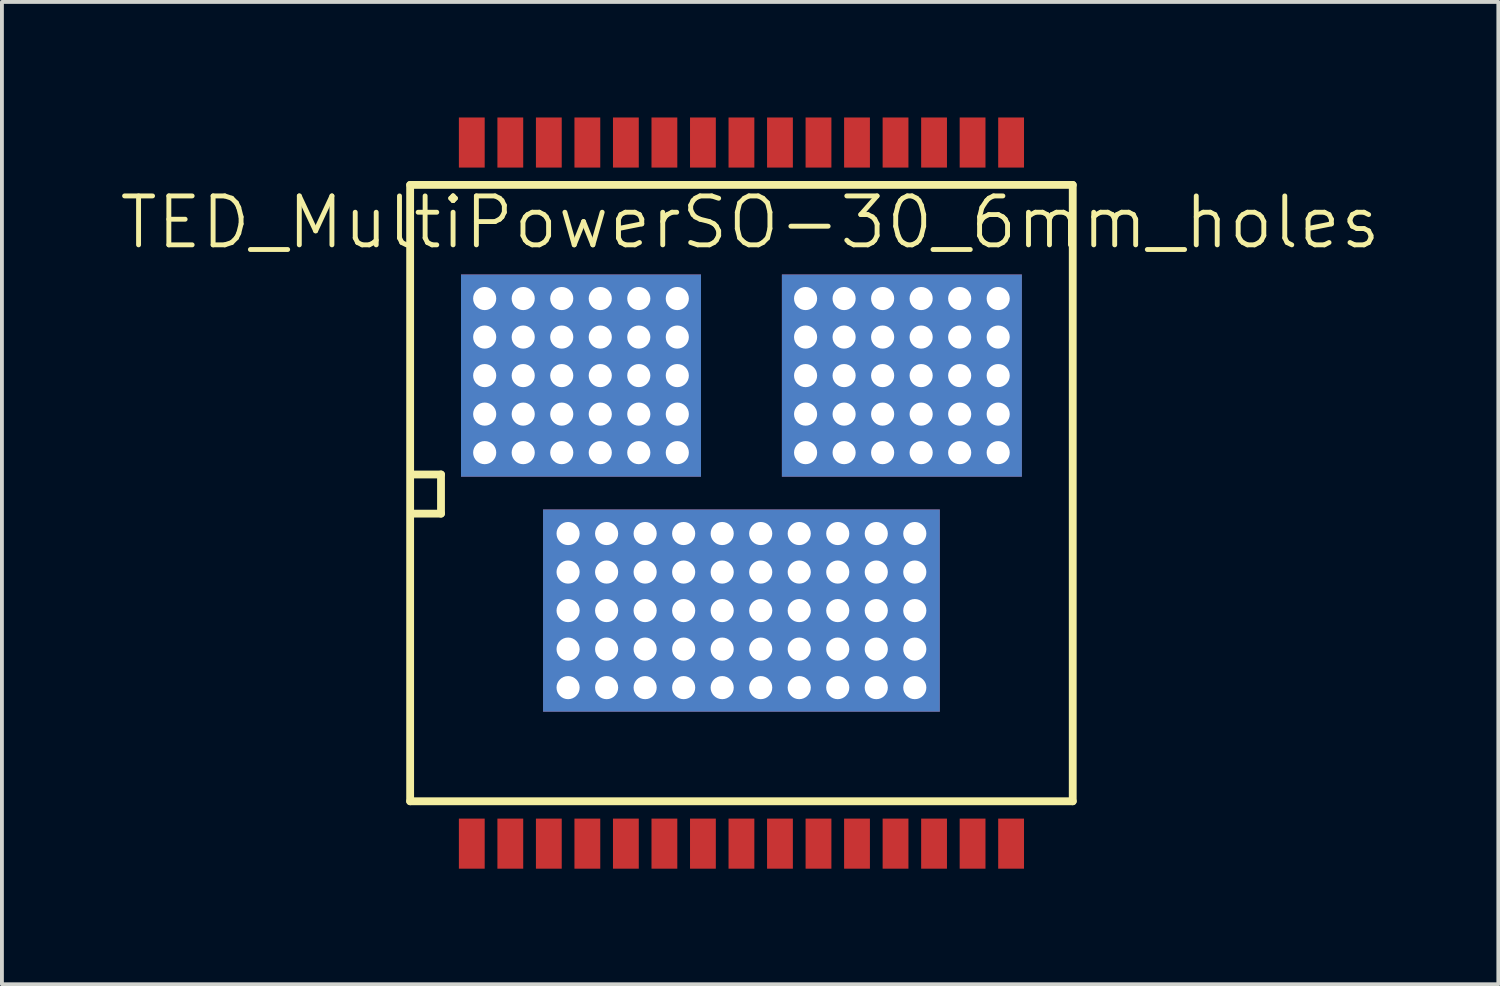
<source format=kicad_pcb>
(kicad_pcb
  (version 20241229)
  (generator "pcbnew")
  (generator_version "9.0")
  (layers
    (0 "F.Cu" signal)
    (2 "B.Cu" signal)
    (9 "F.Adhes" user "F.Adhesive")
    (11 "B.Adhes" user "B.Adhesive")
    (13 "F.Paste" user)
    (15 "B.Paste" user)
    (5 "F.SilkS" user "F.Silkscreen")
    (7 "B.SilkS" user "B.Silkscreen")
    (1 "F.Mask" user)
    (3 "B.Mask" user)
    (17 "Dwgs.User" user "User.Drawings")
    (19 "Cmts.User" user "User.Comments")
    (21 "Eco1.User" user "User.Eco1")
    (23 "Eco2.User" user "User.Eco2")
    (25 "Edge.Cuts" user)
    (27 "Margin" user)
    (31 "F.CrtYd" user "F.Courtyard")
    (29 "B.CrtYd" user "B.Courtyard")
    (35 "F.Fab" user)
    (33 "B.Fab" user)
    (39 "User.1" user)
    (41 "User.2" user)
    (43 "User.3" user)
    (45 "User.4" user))
  (footprint "TED_MultiPowerSO-30_6mm_holes"
    (layer "F.Cu")
    (at 16.197 9.75)
    (property "Reference" "TED_MultiPowerSO-30_6mm_holes" (at 0.225 -7.025 0) (layer "F.SilkS") (effects (font (size 1.27 1.27) (thickness 0.127))))
    (attr smd)
    (fp_line (start -8.6 -8) (end 8.6 -8) (stroke (width 0.203) (type solid)) (layer "F.SilkS"))
    (fp_line (start -8.6 8) (end -8.6 -8) (stroke (width 0.203) (type solid)) (layer "F.SilkS"))
    (fp_line (start -8.561 -0.483) (end -7.799 -0.483) (stroke (width 0.203) (type solid)) (layer "F.SilkS"))
    (fp_line (start -7.799 -0.483) (end -7.799 0.533) (stroke (width 0.203) (type solid)) (layer "F.SilkS"))
    (fp_line (start -7.799 0.533) (end -8.561 0.533) (stroke (width 0.203) (type solid)) (layer "F.SilkS"))
    (fp_line (start 8.6 -8) (end 8.6 8) (stroke (width 0.203) (type solid)) (layer "F.SilkS"))
    (fp_line (start 8.6 8) (end -8.6 8) (stroke (width 0.203) (type solid)) (layer "F.SilkS"))
    (pad "1" smd rect (at -7 9.1) (size 0.67 1.3) (layers "F.Cu" "F.Mask" "F.Paste"))
    (pad "2" smd rect (at -6 9.1) (size 0.67 1.3) (layers "F.Cu" "F.Mask" "F.Paste"))
    (pad "3" smd rect (at -5 9.1) (size 0.67 1.3) (layers "F.Cu" "F.Mask" "F.Paste"))
    (pad "4" smd rect (at -4 9.1) (size 0.67 1.3) (layers "F.Cu" "F.Mask" "F.Paste"))
    (pad "5" smd rect (at -3 9.1) (size 0.67 1.3) (layers "F.Cu" "F.Mask" "F.Paste"))
    (pad "6" smd rect (at -2 9.1) (size 0.67 1.3) (layers "F.Cu" "F.Mask" "F.Paste"))
    (pad "7" smd rect (at -1 9.1) (size 0.67 1.3) (layers "F.Cu" "F.Mask" "F.Paste"))
    (pad "8" smd rect (at 0 9.1) (size 0.67 1.3) (layers "F.Cu" "F.Mask" "F.Paste"))
    (pad "9" smd rect (at 1 9.1) (size 0.67 1.3) (layers "F.Cu" "F.Mask" "F.Paste"))
    (pad "10" smd rect (at 2 9.1) (size 0.67 1.3) (layers "F.Cu" "F.Mask" "F.Paste"))
    (pad "11" smd rect (at 3 9.1) (size 0.67 1.3) (layers "F.Cu" "F.Mask" "F.Paste"))
    (pad "12" smd rect (at 4 9.1) (size 0.67 1.3) (layers "F.Cu" "F.Mask" "F.Paste"))
    (pad "13" smd rect (at 5 9.1) (size 0.67 1.3) (layers "F.Cu" "F.Mask" "F.Paste"))
    (pad "14" smd rect (at 6 9.1) (size 0.67 1.3) (layers "F.Cu" "F.Mask" "F.Paste"))
    (pad "15" smd rect (at 7 9.1) (size 0.67 1.3) (layers "F.Cu" "F.Mask" "F.Paste"))
    (pad "16" smd rect (at 7 -9.1) (size 0.67 1.3) (layers "F.Cu" "F.Mask" "F.Paste"))
    (pad "17" smd rect (at 6 -9.1) (size 0.67 1.3) (layers "F.Cu" "F.Mask" "F.Paste"))
    (pad "18" smd rect (at 5 -9.1) (size 0.67 1.3) (layers "F.Cu" "F.Mask" "F.Paste"))
    (pad "19" smd rect (at 4 -9.1) (size 0.67 1.3) (layers "F.Cu" "F.Mask" "F.Paste"))
    (pad "20" smd rect (at 3 -9.1) (size 0.67 1.3) (layers "F.Cu" "F.Mask" "F.Paste"))
    (pad "21" smd rect (at 2 -9.1) (size 0.67 1.3) (layers "F.Cu" "F.Mask" "F.Paste"))
    (pad "22" smd rect (at 1 -9.1) (size 0.67 1.3) (layers "F.Cu" "F.Mask" "F.Paste"))
    (pad "23" smd rect (at 0 -9.1) (size 0.67 1.3) (layers "F.Cu" "F.Mask" "F.Paste"))
    (pad "24" smd rect (at -1 -9.1) (size 0.67 1.3) (layers "F.Cu" "F.Mask" "F.Paste"))
    (pad "25" smd rect (at -2 -9.1) (size 0.67 1.3) (layers "F.Cu" "F.Mask" "F.Paste"))
    (pad "26" smd rect (at -3 -9.1) (size 0.67 1.3) (layers "F.Cu" "F.Mask" "F.Paste"))
    (pad "27" smd rect (at -4 -9.1) (size 0.67 1.3) (layers "F.Cu" "F.Mask" "F.Paste"))
    (pad "28" smd rect (at -5 -9.1) (size 0.67 1.3) (layers "F.Cu" "F.Mask" "F.Paste"))
    (pad "29" smd rect (at -6 -9.1) (size 0.67 1.3) (layers "F.Cu" "F.Mask" "F.Paste"))
    (pad "30" smd rect (at -7 -9.1) (size 0.67 1.3) (layers "F.Cu" "F.Mask" "F.Paste"))
    (pad "31" thru_hole circle (at -4.5 1.05) (size 0.6 0.6) (drill 0.6) (layers "*.Cu"))
    (pad "31" thru_hole circle (at -4.5 2.05) (size 0.6 0.6) (drill 0.6) (layers "*.Cu"))
    (pad "31" thru_hole circle (at -4.5 3.05) (size 0.6 0.6) (drill 0.6) (layers "*.Cu"))
    (pad "31" thru_hole circle (at -4.5 4.05) (size 0.6 0.6) (drill 0.6) (layers "*.Cu"))
    (pad "31" thru_hole circle (at -4.5 5.05) (size 0.6 0.6) (drill 0.6) (layers "*.Cu"))
    (pad "31" thru_hole circle (at -3.5 1.05) (size 0.6 0.6) (drill 0.6) (layers "*.Cu"))
    (pad "31" thru_hole circle (at -3.5 2.05) (size 0.6 0.6) (drill 0.6) (layers "*.Cu"))
    (pad "31" thru_hole circle (at -3.5 3.05) (size 0.6 0.6) (drill 0.6) (layers "*.Cu"))
    (pad "31" thru_hole circle (at -3.5 4.05) (size 0.6 0.6) (drill 0.6) (layers "*.Cu"))
    (pad "31" thru_hole circle (at -3.5 5.05) (size 0.6 0.6) (drill 0.6) (layers "*.Cu"))
    (pad "31" thru_hole circle (at -2.5 1.05) (size 0.6 0.6) (drill 0.6) (layers "*.Cu"))
    (pad "31" thru_hole circle (at -2.5 2.05) (size 0.6 0.6) (drill 0.6) (layers "*.Cu"))
    (pad "31" thru_hole circle (at -2.5 3.05) (size 0.6 0.6) (drill 0.6) (layers "*.Cu"))
    (pad "31" thru_hole circle (at -2.5 4.05) (size 0.6 0.6) (drill 0.6) (layers "*.Cu"))
    (pad "31" thru_hole circle (at -2.5 5.05) (size 0.6 0.6) (drill 0.6) (layers "*.Cu"))
    (pad "31" thru_hole circle (at -1.5 1.05) (size 0.6 0.6) (drill 0.6) (layers "*.Cu"))
    (pad "31" thru_hole circle (at -1.5 2.05) (size 0.6 0.6) (drill 0.6) (layers "*.Cu"))
    (pad "31" thru_hole circle (at -1.5 3.05) (size 0.6 0.6) (drill 0.6) (layers "*.Cu"))
    (pad "31" thru_hole circle (at -1.5 4.05) (size 0.6 0.6) (drill 0.6) (layers "*.Cu"))
    (pad "31" thru_hole circle (at -1.5 5.05) (size 0.6 0.6) (drill 0.6) (layers "*.Cu"))
    (pad "31" thru_hole circle (at -0.5 1.05) (size 0.6 0.6) (drill 0.6) (layers "*.Cu"))
    (pad "31" thru_hole circle (at -0.5 2.05) (size 0.6 0.6) (drill 0.6) (layers "*.Cu"))
    (pad "31" thru_hole circle (at -0.5 3.05) (size 0.6 0.6) (drill 0.6) (layers "*.Cu"))
    (pad "31" thru_hole circle (at -0.5 4.05) (size 0.6 0.6) (drill 0.6) (layers "*.Cu"))
    (pad "31" thru_hole circle (at -0.5 5.05) (size 0.6 0.6) (drill 0.6) (layers "*.Cu"))
    (pad "31" smd rect (at 0 3.05) (size 10.3 5.25) (layers "F.Cu" "F.Mask" "F.Paste"))
    (pad "31" smd rect (at 0 3.05) (size 10.3 5.25) (layers "F.Mask" "B.Cu" "F.Paste"))
    (pad "31" thru_hole circle (at 0.5 1.05) (size 0.6 0.6) (drill 0.6) (layers "*.Cu"))
    (pad "31" thru_hole circle (at 0.5 2.05) (size 0.6 0.6) (drill 0.6) (layers "*.Cu"))
    (pad "31" thru_hole circle (at 0.5 3.05) (size 0.6 0.6) (drill 0.6) (layers "*.Cu"))
    (pad "31" thru_hole circle (at 0.5 4.05) (size 0.6 0.6) (drill 0.6) (layers "*.Cu"))
    (pad "31" thru_hole circle (at 0.5 5.05) (size 0.6 0.6) (drill 0.6) (layers "*.Cu"))
    (pad "31" thru_hole circle (at 1.5 1.05) (size 0.6 0.6) (drill 0.6) (layers "*.Cu"))
    (pad "31" thru_hole circle (at 1.5 2.05) (size 0.6 0.6) (drill 0.6) (layers "*.Cu"))
    (pad "31" thru_hole circle (at 1.5 3.05) (size 0.6 0.6) (drill 0.6) (layers "*.Cu"))
    (pad "31" thru_hole circle (at 1.5 4.05) (size 0.6 0.6) (drill 0.6) (layers "*.Cu"))
    (pad "31" thru_hole circle (at 1.5 5.05) (size 0.6 0.6) (drill 0.6) (layers "*.Cu"))
    (pad "31" thru_hole circle (at 2.5 1.05) (size 0.6 0.6) (drill 0.6) (layers "*.Cu"))
    (pad "31" thru_hole circle (at 2.5 2.05) (size 0.6 0.6) (drill 0.6) (layers "*.Cu"))
    (pad "31" thru_hole circle (at 2.5 3.05) (size 0.6 0.6) (drill 0.6) (layers "*.Cu"))
    (pad "31" thru_hole circle (at 2.5 4.05) (size 0.6 0.6) (drill 0.6) (layers "*.Cu"))
    (pad "31" thru_hole circle (at 2.5 5.05) (size 0.6 0.6) (drill 0.6) (layers "*.Cu"))
    (pad "31" thru_hole circle (at 3.5 1.05) (size 0.6 0.6) (drill 0.6) (layers "*.Cu"))
    (pad "31" thru_hole circle (at 3.5 2.05) (size 0.6 0.6) (drill 0.6) (layers "*.Cu"))
    (pad "31" thru_hole circle (at 3.5 3.05) (size 0.6 0.6) (drill 0.6) (layers "*.Cu"))
    (pad "31" thru_hole circle (at 3.5 4.05) (size 0.6 0.6) (drill 0.6) (layers "*.Cu"))
    (pad "31" thru_hole circle (at 3.5 5.05) (size 0.6 0.6) (drill 0.6) (layers "*.Cu"))
    (pad "31" thru_hole circle (at 4.5 1.05) (size 0.6 0.6) (drill 0.6) (layers "*.Cu"))
    (pad "31" thru_hole circle (at 4.5 2.05) (size 0.6 0.6) (drill 0.6) (layers "*.Cu"))
    (pad "31" thru_hole circle (at 4.5 3.05) (size 0.6 0.6) (drill 0.6) (layers "*.Cu"))
    (pad "31" thru_hole circle (at 4.5 4.05) (size 0.6 0.6) (drill 0.6) (layers "*.Cu"))
    (pad "31" thru_hole circle (at 4.5 5.05) (size 0.6 0.6) (drill 0.6) (layers "*.Cu"))
    (pad "32" thru_hole circle (at 1.665 -5.05) (size 0.6 0.6) (drill 0.6) (layers "*.Cu"))
    (pad "32" thru_hole circle (at 1.665 -4.05) (size 0.6 0.6) (drill 0.6) (layers "*.Cu"))
    (pad "32" thru_hole circle (at 1.665 -3.05) (size 0.6 0.6) (drill 0.6) (layers "*.Cu"))
    (pad "32" thru_hole circle (at 1.665 -2.05) (size 0.6 0.6) (drill 0.6) (layers "*.Cu"))
    (pad "32" thru_hole circle (at 1.665 -1.05) (size 0.6 0.6) (drill 0.6) (layers "*.Cu"))
    (pad "32" thru_hole circle (at 2.665 -5.05) (size 0.6 0.6) (drill 0.6) (layers "*.Cu"))
    (pad "32" thru_hole circle (at 2.665 -4.05) (size 0.6 0.6) (drill 0.6) (layers "*.Cu"))
    (pad "32" thru_hole circle (at 2.665 -3.05) (size 0.6 0.6) (drill 0.6) (layers "*.Cu"))
    (pad "32" thru_hole circle (at 2.665 -2.05) (size 0.6 0.6) (drill 0.6) (layers "*.Cu"))
    (pad "32" thru_hole circle (at 2.665 -1.05) (size 0.6 0.6) (drill 0.6) (layers "*.Cu"))
    (pad "32" thru_hole circle (at 3.665 -5.05) (size 0.6 0.6) (drill 0.6) (layers "*.Cu"))
    (pad "32" thru_hole circle (at 3.665 -4.05) (size 0.6 0.6) (drill 0.6) (layers "*.Cu"))
    (pad "32" thru_hole circle (at 3.665 -3.05) (size 0.6 0.6) (drill 0.6) (layers "*.Cu"))
    (pad "32" thru_hole circle (at 3.665 -2.05) (size 0.6 0.6) (drill 0.6) (layers "*.Cu"))
    (pad "32" thru_hole circle (at 3.665 -1.05) (size 0.6 0.6) (drill 0.6) (layers "*.Cu"))
    (pad "32" smd rect (at 4.165 -3.05) (size 6.23 5.25) (layers "F.Cu" "F.Mask" "F.Paste"))
    (pad "32" smd rect (at 4.165 -3.05) (size 6.23 5.25) (layers "F.Mask" "B.Cu" "F.Paste"))
    (pad "32" thru_hole circle (at 4.665 -5.05) (size 0.6 0.6) (drill 0.6) (layers "*.Cu"))
    (pad "32" thru_hole circle (at 4.665 -4.05) (size 0.6 0.6) (drill 0.6) (layers "*.Cu"))
    (pad "32" thru_hole circle (at 4.665 -3.05) (size 0.6 0.6) (drill 0.6) (layers "*.Cu"))
    (pad "32" thru_hole circle (at 4.665 -2.05) (size 0.6 0.6) (drill 0.6) (layers "*.Cu"))
    (pad "32" thru_hole circle (at 4.665 -1.05) (size 0.6 0.6) (drill 0.6) (layers "*.Cu"))
    (pad "32" thru_hole circle (at 5.665 -5.05) (size 0.6 0.6) (drill 0.6) (layers "*.Cu"))
    (pad "32" thru_hole circle (at 5.665 -4.05) (size 0.6 0.6) (drill 0.6) (layers "*.Cu"))
    (pad "32" thru_hole circle (at 5.665 -3.05) (size 0.6 0.6) (drill 0.6) (layers "*.Cu"))
    (pad "32" thru_hole circle (at 5.665 -2.05) (size 0.6 0.6) (drill 0.6) (layers "*.Cu"))
    (pad "32" thru_hole circle (at 5.665 -1.05) (size 0.6 0.6) (drill 0.6) (layers "*.Cu"))
    (pad "32" thru_hole circle (at 6.665 -5.05) (size 0.6 0.6) (drill 0.6) (layers "*.Cu"))
    (pad "32" thru_hole circle (at 6.665 -4.05) (size 0.6 0.6) (drill 0.6) (layers "*.Cu"))
    (pad "32" thru_hole circle (at 6.665 -3.05) (size 0.6 0.6) (drill 0.6) (layers "*.Cu"))
    (pad "32" thru_hole circle (at 6.665 -2.05) (size 0.6 0.6) (drill 0.6) (layers "*.Cu"))
    (pad "32" thru_hole circle (at 6.665 -1.05) (size 0.6 0.6) (drill 0.6) (layers "*.Cu"))
    (pad "33" thru_hole circle (at -6.665 -5.05) (size 0.6 0.6) (drill 0.6) (layers "*.Cu"))
    (pad "33" thru_hole circle (at -6.665 -4.05) (size 0.6 0.6) (drill 0.6) (layers "*.Cu"))
    (pad "33" thru_hole circle (at -6.665 -3.05) (size 0.6 0.6) (drill 0.6) (layers "*.Cu"))
    (pad "33" thru_hole circle (at -6.665 -2.05) (size 0.6 0.6) (drill 0.6) (layers "*.Cu"))
    (pad "33" thru_hole circle (at -6.665 -1.05) (size 0.6 0.6) (drill 0.6) (layers "*.Cu"))
    (pad "33" thru_hole circle (at -5.665 -5.05) (size 0.6 0.6) (drill 0.6) (layers "*.Cu"))
    (pad "33" thru_hole circle (at -5.665 -4.05) (size 0.6 0.6) (drill 0.6) (layers "*.Cu"))
    (pad "33" thru_hole circle (at -5.665 -3.05) (size 0.6 0.6) (drill 0.6) (layers "*.Cu"))
    (pad "33" thru_hole circle (at -5.665 -2.05) (size 0.6 0.6) (drill 0.6) (layers "*.Cu"))
    (pad "33" thru_hole circle (at -5.665 -1.05) (size 0.6 0.6) (drill 0.6) (layers "*.Cu"))
    (pad "33" thru_hole circle (at -4.665 -5.05) (size 0.6 0.6) (drill 0.6) (layers "*.Cu"))
    (pad "33" thru_hole circle (at -4.665 -4.05) (size 0.6 0.6) (drill 0.6) (layers "*.Cu"))
    (pad "33" thru_hole circle (at -4.665 -3.05) (size 0.6 0.6) (drill 0.6) (layers "*.Cu"))
    (pad "33" thru_hole circle (at -4.665 -2.05) (size 0.6 0.6) (drill 0.6) (layers "*.Cu"))
    (pad "33" thru_hole circle (at -4.665 -1.05) (size 0.6 0.6) (drill 0.6) (layers "*.Cu"))
    (pad "33" smd rect (at -4.165 -3.05) (size 6.23 5.25) (layers "F.Cu" "F.Mask" "F.Paste"))
    (pad "33" smd rect (at -4.165 -3.05) (size 6.23 5.25) (layers "F.Mask" "B.Cu" "F.Paste"))
    (pad "33" thru_hole circle (at -3.665 -5.05) (size 0.6 0.6) (drill 0.6) (layers "*.Cu"))
    (pad "33" thru_hole circle (at -3.665 -4.05) (size 0.6 0.6) (drill 0.6) (layers "*.Cu"))
    (pad "33" thru_hole circle (at -3.665 -3.05) (size 0.6 0.6) (drill 0.6) (layers "*.Cu"))
    (pad "33" thru_hole circle (at -3.665 -2.05) (size 0.6 0.6) (drill 0.6) (layers "*.Cu"))
    (pad "33" thru_hole circle (at -3.665 -1.05) (size 0.6 0.6) (drill 0.6) (layers "*.Cu"))
    (pad "33" thru_hole circle (at -2.665 -5.05) (size 0.6 0.6) (drill 0.6) (layers "*.Cu"))
    (pad "33" thru_hole circle (at -2.665 -4.05) (size 0.6 0.6) (drill 0.6) (layers "*.Cu"))
    (pad "33" thru_hole circle (at -2.665 -3.05) (size 0.6 0.6) (drill 0.6) (layers "*.Cu"))
    (pad "33" thru_hole circle (at -2.665 -2.05) (size 0.6 0.6) (drill 0.6) (layers "*.Cu"))
    (pad "33" thru_hole circle (at -2.665 -1.05) (size 0.6 0.6) (drill 0.6) (layers "*.Cu"))
    (pad "33" thru_hole circle (at -1.665 -5.05) (size 0.6 0.6) (drill 0.6) (layers "*.Cu"))
    (pad "33" thru_hole circle (at -1.665 -4.05) (size 0.6 0.6) (drill 0.6) (layers "*.Cu"))
    (pad "33" thru_hole circle (at -1.665 -3.05) (size 0.6 0.6) (drill 0.6) (layers "*.Cu"))
    (pad "33" thru_hole circle (at -1.665 -2.05) (size 0.6 0.6) (drill 0.6) (layers "*.Cu"))
    (pad "33" thru_hole circle (at -1.665 -1.05) (size 0.6 0.6) (drill 0.6) (layers "*.Cu")))
  (gr_rect
    (start -3 -3)
    (end 35.845 22.5)
    (stroke (width 0.1) (type default))
    (fill no)
    (layer "Edge.Cuts")))
</source>
